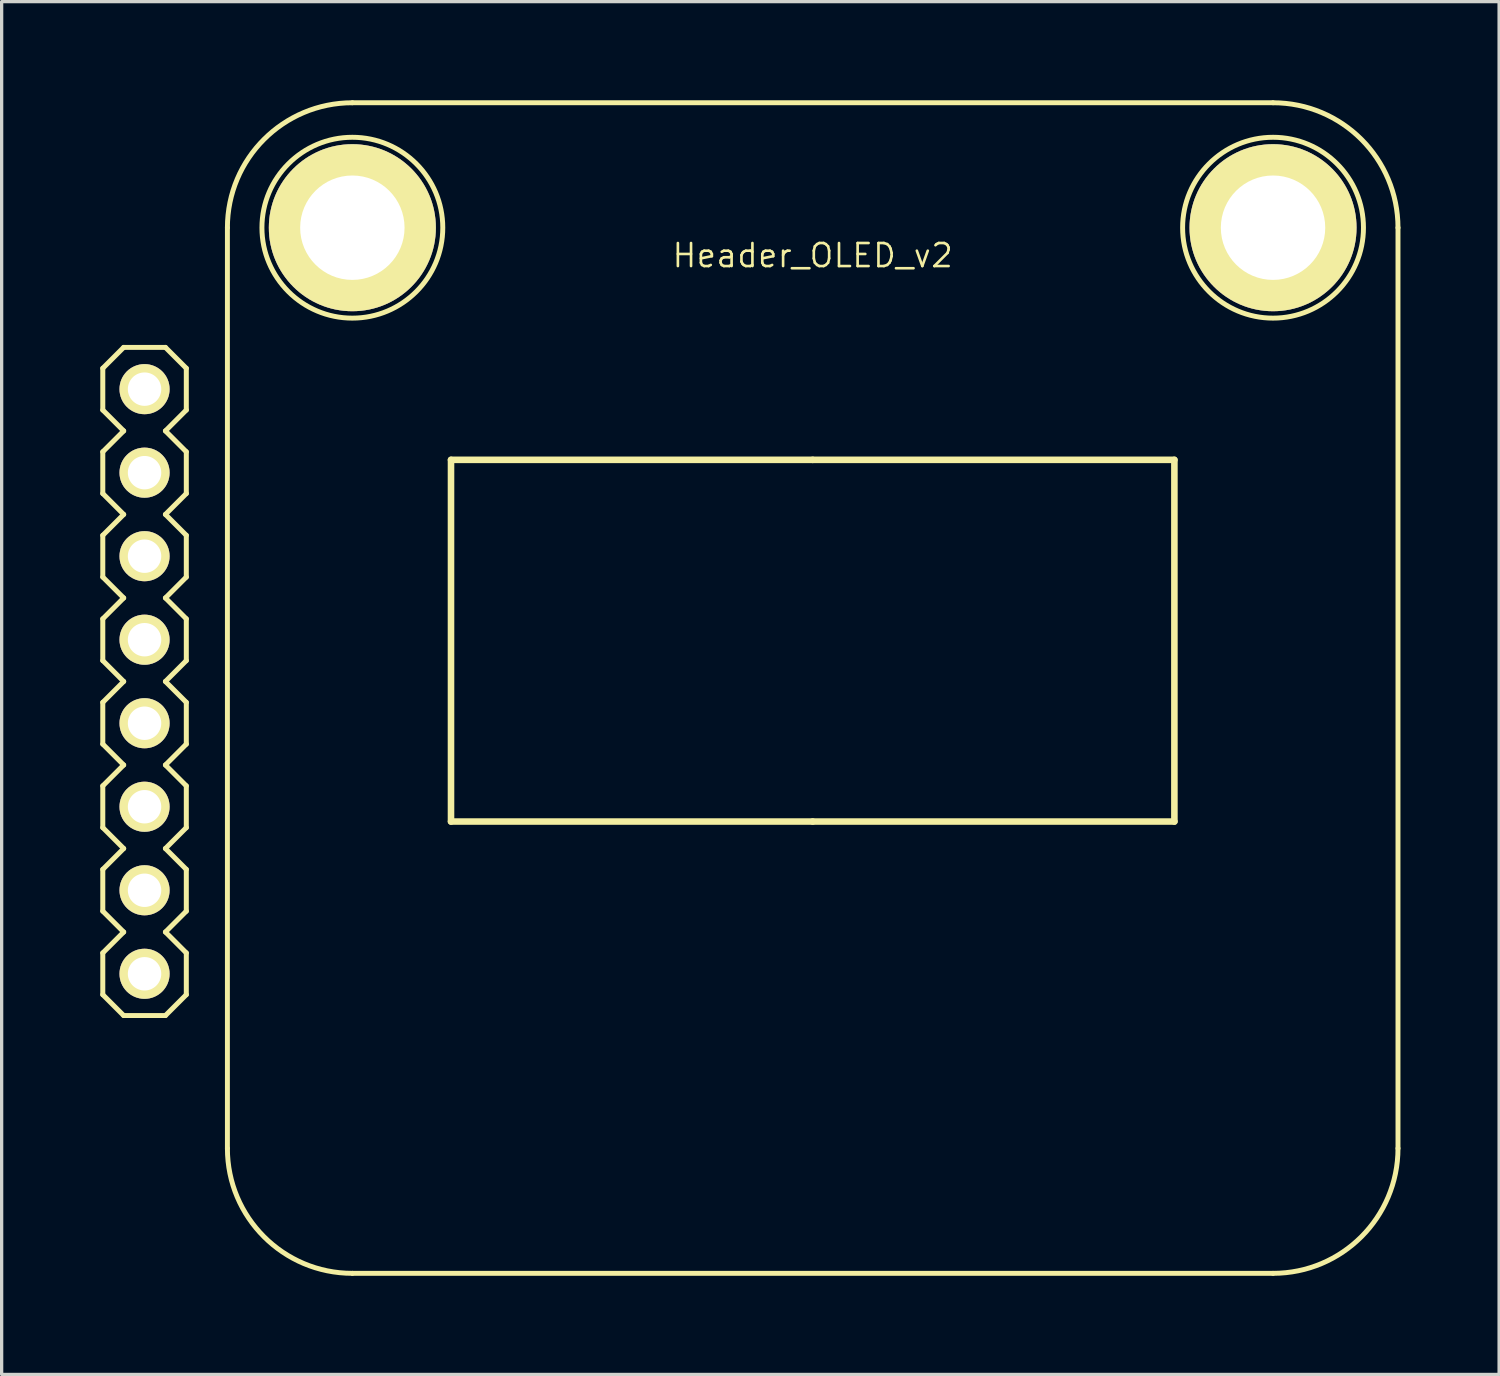
<source format=kicad_pcb>
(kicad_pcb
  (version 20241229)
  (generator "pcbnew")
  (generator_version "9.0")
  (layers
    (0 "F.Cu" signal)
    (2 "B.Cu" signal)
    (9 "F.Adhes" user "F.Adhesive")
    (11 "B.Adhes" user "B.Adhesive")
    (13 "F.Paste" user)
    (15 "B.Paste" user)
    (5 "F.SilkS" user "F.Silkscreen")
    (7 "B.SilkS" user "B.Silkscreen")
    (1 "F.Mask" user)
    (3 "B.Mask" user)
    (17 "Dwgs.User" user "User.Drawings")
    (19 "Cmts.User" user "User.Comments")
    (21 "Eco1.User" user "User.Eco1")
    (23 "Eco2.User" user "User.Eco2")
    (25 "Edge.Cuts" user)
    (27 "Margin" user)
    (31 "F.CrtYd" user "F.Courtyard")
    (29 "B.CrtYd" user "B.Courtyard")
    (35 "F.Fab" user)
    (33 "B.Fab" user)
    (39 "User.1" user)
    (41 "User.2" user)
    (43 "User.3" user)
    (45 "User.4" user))
  (footprint "Header_OLED_v2"
    (layer "F.Cu")
    (at 21.666 2.435)
    (property "Reference" "Header_OLED_v2" (at 0 2.286 0) (layer "F.SilkS") (effects (font (size 0.7 0.7) (thickness 0.08))))
    (attr smd)
    (fp_line (start -21.59 5.715) (end -21.59 6.985) (stroke (width 0.152) (type solid)) (layer "F.SilkS"))
    (fp_line (start -21.59 6.985) (end -20.955 7.62) (stroke (width 0.152) (type solid)) (layer "F.SilkS"))
    (fp_line (start -21.59 8.255) (end -21.59 9.525) (stroke (width 0.152) (type solid)) (layer "F.SilkS"))
    (fp_line (start -21.59 9.525) (end -20.955 10.16) (stroke (width 0.152) (type solid)) (layer "F.SilkS"))
    (fp_line (start -21.59 10.795) (end -21.59 12.065) (stroke (width 0.152) (type solid)) (layer "F.SilkS"))
    (fp_line (start -21.59 12.065) (end -20.955 12.7) (stroke (width 0.152) (type solid)) (layer "F.SilkS"))
    (fp_line (start -21.59 13.335) (end -21.59 14.605) (stroke (width 0.152) (type solid)) (layer "F.SilkS"))
    (fp_line (start -21.59 14.605) (end -20.955 15.24) (stroke (width 0.152) (type solid)) (layer "F.SilkS"))
    (fp_line (start -21.59 15.875) (end -21.59 17.145) (stroke (width 0.152) (type solid)) (layer "F.SilkS"))
    (fp_line (start -21.59 17.145) (end -20.955 17.78) (stroke (width 0.152) (type solid)) (layer "F.SilkS"))
    (fp_line (start -21.59 18.415) (end -21.59 19.685) (stroke (width 0.152) (type solid)) (layer "F.SilkS"))
    (fp_line (start -21.59 19.685) (end -20.955 20.32) (stroke (width 0.152) (type solid)) (layer "F.SilkS"))
    (fp_line (start -21.59 20.955) (end -21.59 22.225) (stroke (width 0.152) (type solid)) (layer "F.SilkS"))
    (fp_line (start -21.59 22.225) (end -20.955 22.86) (stroke (width 0.152) (type solid)) (layer "F.SilkS"))
    (fp_line (start -21.59 23.495) (end -21.59 24.765) (stroke (width 0.152) (type solid)) (layer "F.SilkS"))
    (fp_line (start -21.59 24.765) (end -20.955 25.4) (stroke (width 0.152) (type solid)) (layer "F.SilkS"))
    (fp_line (start -20.955 5.08) (end -21.59 5.715) (stroke (width 0.152) (type solid)) (layer "F.SilkS"))
    (fp_line (start -20.955 5.08) (end -19.685 5.08) (stroke (width 0.15) (type solid)) (layer "F.SilkS"))
    (fp_line (start -20.955 7.62) (end -21.59 8.255) (stroke (width 0.152) (type solid)) (layer "F.SilkS"))
    (fp_line (start -20.955 10.16) (end -21.59 10.795) (stroke (width 0.152) (type solid)) (layer "F.SilkS"))
    (fp_line (start -20.955 12.7) (end -21.59 13.335) (stroke (width 0.152) (type solid)) (layer "F.SilkS"))
    (fp_line (start -20.955 15.24) (end -21.59 15.875) (stroke (width 0.152) (type solid)) (layer "F.SilkS"))
    (fp_line (start -20.955 17.78) (end -21.59 18.415) (stroke (width 0.152) (type solid)) (layer "F.SilkS"))
    (fp_line (start -20.955 20.32) (end -21.59 20.955) (stroke (width 0.152) (type solid)) (layer "F.SilkS"))
    (fp_line (start -20.955 22.86) (end -21.59 23.495) (stroke (width 0.152) (type solid)) (layer "F.SilkS"))
    (fp_line (start -20.955 25.4) (end -19.685 25.4) (stroke (width 0.15) (type solid)) (layer "F.SilkS"))
    (fp_line (start -19.685 7.62) (end -19.05 6.985) (stroke (width 0.152) (type solid)) (layer "F.SilkS"))
    (fp_line (start -19.685 10.16) (end -19.05 9.525) (stroke (width 0.152) (type solid)) (layer "F.SilkS"))
    (fp_line (start -19.685 12.7) (end -19.05 12.065) (stroke (width 0.152) (type solid)) (layer "F.SilkS"))
    (fp_line (start -19.685 15.24) (end -19.05 14.605) (stroke (width 0.152) (type solid)) (layer "F.SilkS"))
    (fp_line (start -19.685 17.78) (end -19.05 17.145) (stroke (width 0.152) (type solid)) (layer "F.SilkS"))
    (fp_line (start -19.685 20.32) (end -19.05 19.685) (stroke (width 0.152) (type solid)) (layer "F.SilkS"))
    (fp_line (start -19.685 22.86) (end -19.05 22.225) (stroke (width 0.152) (type solid)) (layer "F.SilkS"))
    (fp_line (start -19.685 25.4) (end -19.05 24.765) (stroke (width 0.152) (type solid)) (layer "F.SilkS"))
    (fp_line (start -19.05 5.715) (end -19.685 5.08) (stroke (width 0.152) (type solid)) (layer "F.SilkS"))
    (fp_line (start -19.05 6.985) (end -19.05 5.715) (stroke (width 0.152) (type solid)) (layer "F.SilkS"))
    (fp_line (start -19.05 8.255) (end -19.685 7.62) (stroke (width 0.152) (type solid)) (layer "F.SilkS"))
    (fp_line (start -19.05 9.525) (end -19.05 8.255) (stroke (width 0.152) (type solid)) (layer "F.SilkS"))
    (fp_line (start -19.05 10.795) (end -19.685 10.16) (stroke (width 0.152) (type solid)) (layer "F.SilkS"))
    (fp_line (start -19.05 12.065) (end -19.05 10.795) (stroke (width 0.152) (type solid)) (layer "F.SilkS"))
    (fp_line (start -19.05 13.335) (end -19.685 12.7) (stroke (width 0.152) (type solid)) (layer "F.SilkS"))
    (fp_line (start -19.05 14.605) (end -19.05 13.335) (stroke (width 0.152) (type solid)) (layer "F.SilkS"))
    (fp_line (start -19.05 15.875) (end -19.685 15.24) (stroke (width 0.152) (type solid)) (layer "F.SilkS"))
    (fp_line (start -19.05 17.145) (end -19.05 15.875) (stroke (width 0.152) (type solid)) (layer "F.SilkS"))
    (fp_line (start -19.05 18.415) (end -19.685 17.78) (stroke (width 0.152) (type solid)) (layer "F.SilkS"))
    (fp_line (start -19.05 19.685) (end -19.05 18.415) (stroke (width 0.152) (type solid)) (layer "F.SilkS"))
    (fp_line (start -19.05 20.955) (end -19.685 20.32) (stroke (width 0.152) (type solid)) (layer "F.SilkS"))
    (fp_line (start -19.05 22.225) (end -19.05 20.955) (stroke (width 0.152) (type solid)) (layer "F.SilkS"))
    (fp_line (start -19.05 23.495) (end -19.685 22.86) (stroke (width 0.152) (type solid)) (layer "F.SilkS"))
    (fp_line (start -19.05 24.765) (end -19.05 23.495) (stroke (width 0.152) (type solid)) (layer "F.SilkS"))
    (fp_line (start -17.8 29.44) (end -17.8 1.44) (stroke (width 0.15) (type solid)) (layer "F.SilkS"))
    (fp_line (start -14 -2.36) (end 14 -2.36) (stroke (width 0.15) (type solid)) (layer "F.SilkS"))
    (fp_line (start -11 8.5) (end -11 19.5) (stroke (width 0.2) (type solid)) (layer "F.SilkS"))
    (fp_line (start -11 19.5) (end 0 19.5) (stroke (width 0.2) (type solid)) (layer "F.SilkS"))
    (fp_line (start 0 8.5) (end -11 8.5) (stroke (width 0.2) (type solid)) (layer "F.SilkS"))
    (fp_line (start 0 19.5) (end 11 19.5) (stroke (width 0.2) (type solid)) (layer "F.SilkS"))
    (fp_line (start 11 8.5) (end 0 8.5) (stroke (width 0.2) (type solid)) (layer "F.SilkS"))
    (fp_line (start 11 19.5) (end 11 8.5) (stroke (width 0.2) (type solid)) (layer "F.SilkS"))
    (fp_line (start 14 33.24) (end -14 33.24) (stroke (width 0.15) (type solid)) (layer "F.SilkS"))
    (fp_line (start 17.8 1.44) (end 17.8 29.44) (stroke (width 0.15) (type solid)) (layer "F.SilkS"))
    (fp_arc (start -17.8 1.44) (mid -16.687006 -1.247006) (end -14 -2.36) (stroke (width 0.15) (type solid)) (layer "F.SilkS"))
    (fp_arc (start -14 33.24) (mid -16.687006 32.127006) (end -17.8 29.44) (stroke (width 0.15) (type solid)) (layer "F.SilkS"))
    (fp_arc (start 14 -2.36) (mid 16.687006 -1.247006) (end 17.8 1.44) (stroke (width 0.15) (type solid)) (layer "F.SilkS"))
    (fp_arc (start 17.8 29.44) (mid 16.687006 32.127006) (end 14 33.24) (stroke (width 0.15) (type solid)) (layer "F.SilkS"))
    (fp_circle (center -14 1.44) (end -16.75 1.44) (stroke (width 0.15) (type solid)) (fill no) (layer "F.SilkS"))
    (fp_circle (center 14 1.44) (end 16.75 1.44) (stroke (width 0.15) (type solid)) (fill no) (layer "F.SilkS"))
    (pad "" thru_hole circle (at -14 1.44) (size 5.08 5.08) (drill 3.175) (layers "*.Cu" "*.Mask" "F.SilkS"))
    (pad "" thru_hole circle (at 14 1.44) (size 5.08 5.08) (drill 3.175) (layers "*.Cu" "*.Mask" "F.SilkS"))
    (pad "1" thru_hole circle (at -20.32 6.35) (size 1.524 1.524) (drill 1.016) (layers "*.Cu" "*.Mask" "F.SilkS"))
    (pad "2" thru_hole circle (at -20.32 8.89) (size 1.524 1.524) (drill 1.016) (layers "*.Cu" "*.Mask" "F.SilkS"))
    (pad "3" thru_hole circle (at -20.32 11.43) (size 1.524 1.524) (drill 1.016) (layers "*.Cu" "*.Mask" "F.SilkS"))
    (pad "4" thru_hole circle (at -20.32 13.97) (size 1.524 1.524) (drill 1.016) (layers "*.Cu" "*.Mask" "F.SilkS"))
    (pad "5" thru_hole circle (at -20.32 16.51) (size 1.524 1.524) (drill 1.016) (layers "*.Cu" "*.Mask" "F.SilkS"))
    (pad "6" thru_hole circle (at -20.32 19.05) (size 1.524 1.524) (drill 1.016) (layers "*.Cu" "*.Mask" "F.SilkS"))
    (pad "7" thru_hole circle (at -20.32 21.59) (size 1.524 1.524) (drill 1.016) (layers "*.Cu" "*.Mask" "F.SilkS"))
    (pad "8" thru_hole circle (at -20.32 24.13) (size 1.524 1.524) (drill 1.016) (layers "*.Cu" "*.Mask" "F.SilkS")))
  (gr_rect
    (start -3 -3)
    (end 42.541 38.75)
    (stroke (width 0.1) (type default))
    (fill no)
    (layer "Edge.Cuts")))
</source>
